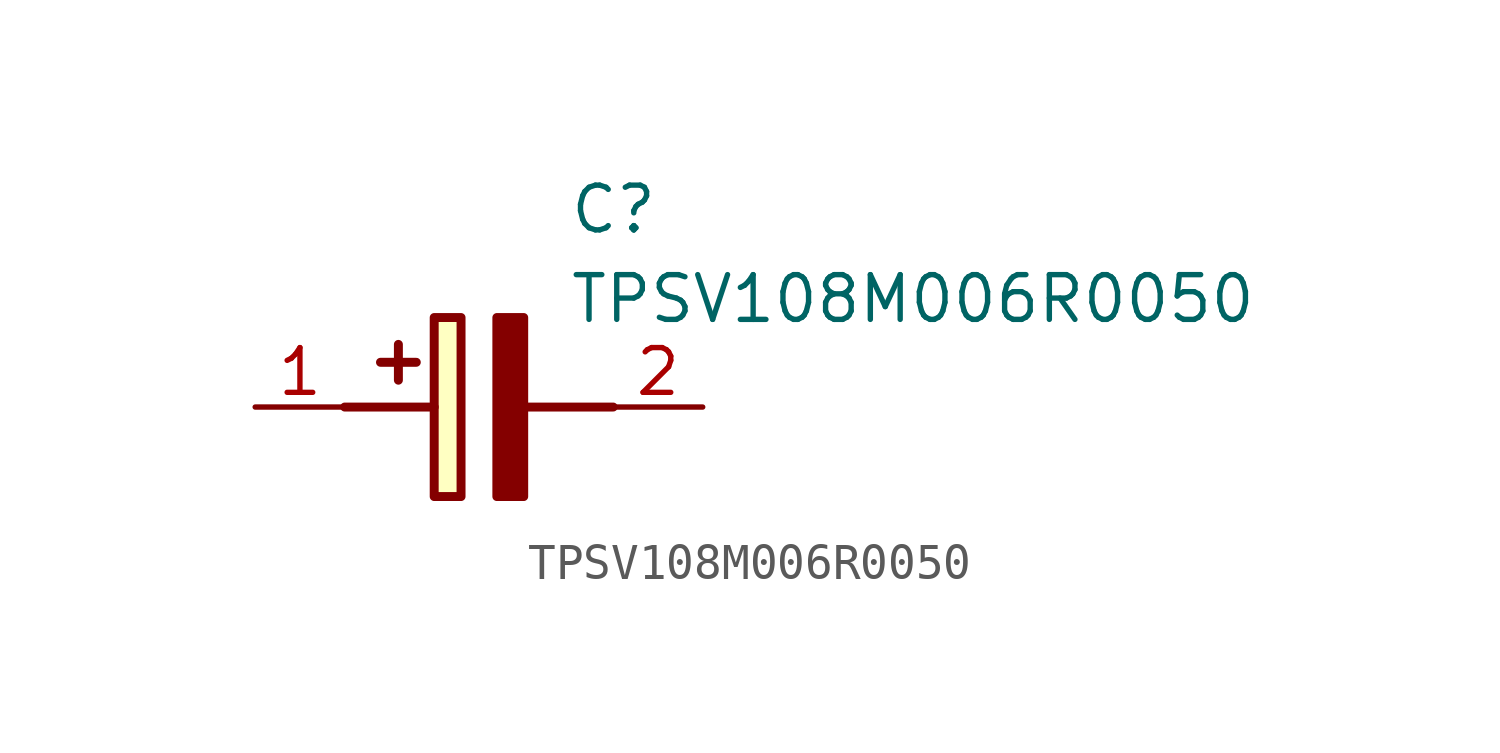
<source format=kicad_sym>
(kicad_symbol_lib
  (version 20211014)
  (generator SamacSys_ECAD_Model)
  (symbol "TPSV108M006R0050"
    (pin_names hide)
    (property "Reference" "C"
      (at 8.89 6.35 0)
      (effects (font (size 1.27 1.27)) (justify left top)))
    (property "Value" "TPSV108M006R0050"
      (at 8.89 3.81 0)
      (effects (font (size 1.27 1.27)) (justify left top)))
    (rectangle
      (start 5.08 2.54)
      (end 5.842 -2.54)
      (stroke (width 0.254) (type default))
      (fill (type background)))
    (polyline
      (pts (xy 4.572 1.27) (xy 3.556 1.27))
      (stroke (width 0.254) (type default))
      (fill (type none)))
    (polyline
      (pts (xy 4.064 1.778) (xy 4.064 0.762))
      (stroke (width 0.254) (type default))
      (fill (type none)))
    (polyline
      (pts (xy 2.54 0) (xy 5.08 0))
      (stroke (width 0.254) (type default))
      (fill (type none)))
    (polyline
      (pts (xy 7.62 0) (xy 10.16 0))
      (stroke (width 0.254) (type default))
      (fill (type none)))
    (polyline
      (pts (xy 7.62 2.54) (xy 7.62 -2.54) (xy 6.858 -2.54) (xy 6.858 2.54) (xy 7.62 2.54))
      (stroke (width 0.254) (type default))
      (fill (type outline)))
    (pin passive line
      (at 0 0 0)
      (length 2.54)
      (name "+" (effects (font (size 1.27 1.27))))
      (number "1" (effects (font (size 1.27 1.27)))))
    (pin passive line
      (at 12.7 0 180)
      (length 2.54)
      (name "-" (effects (font (size 1.27 1.27))))
      (number "2" (effects (font (size 1.27 1.27)))))))
</source>
